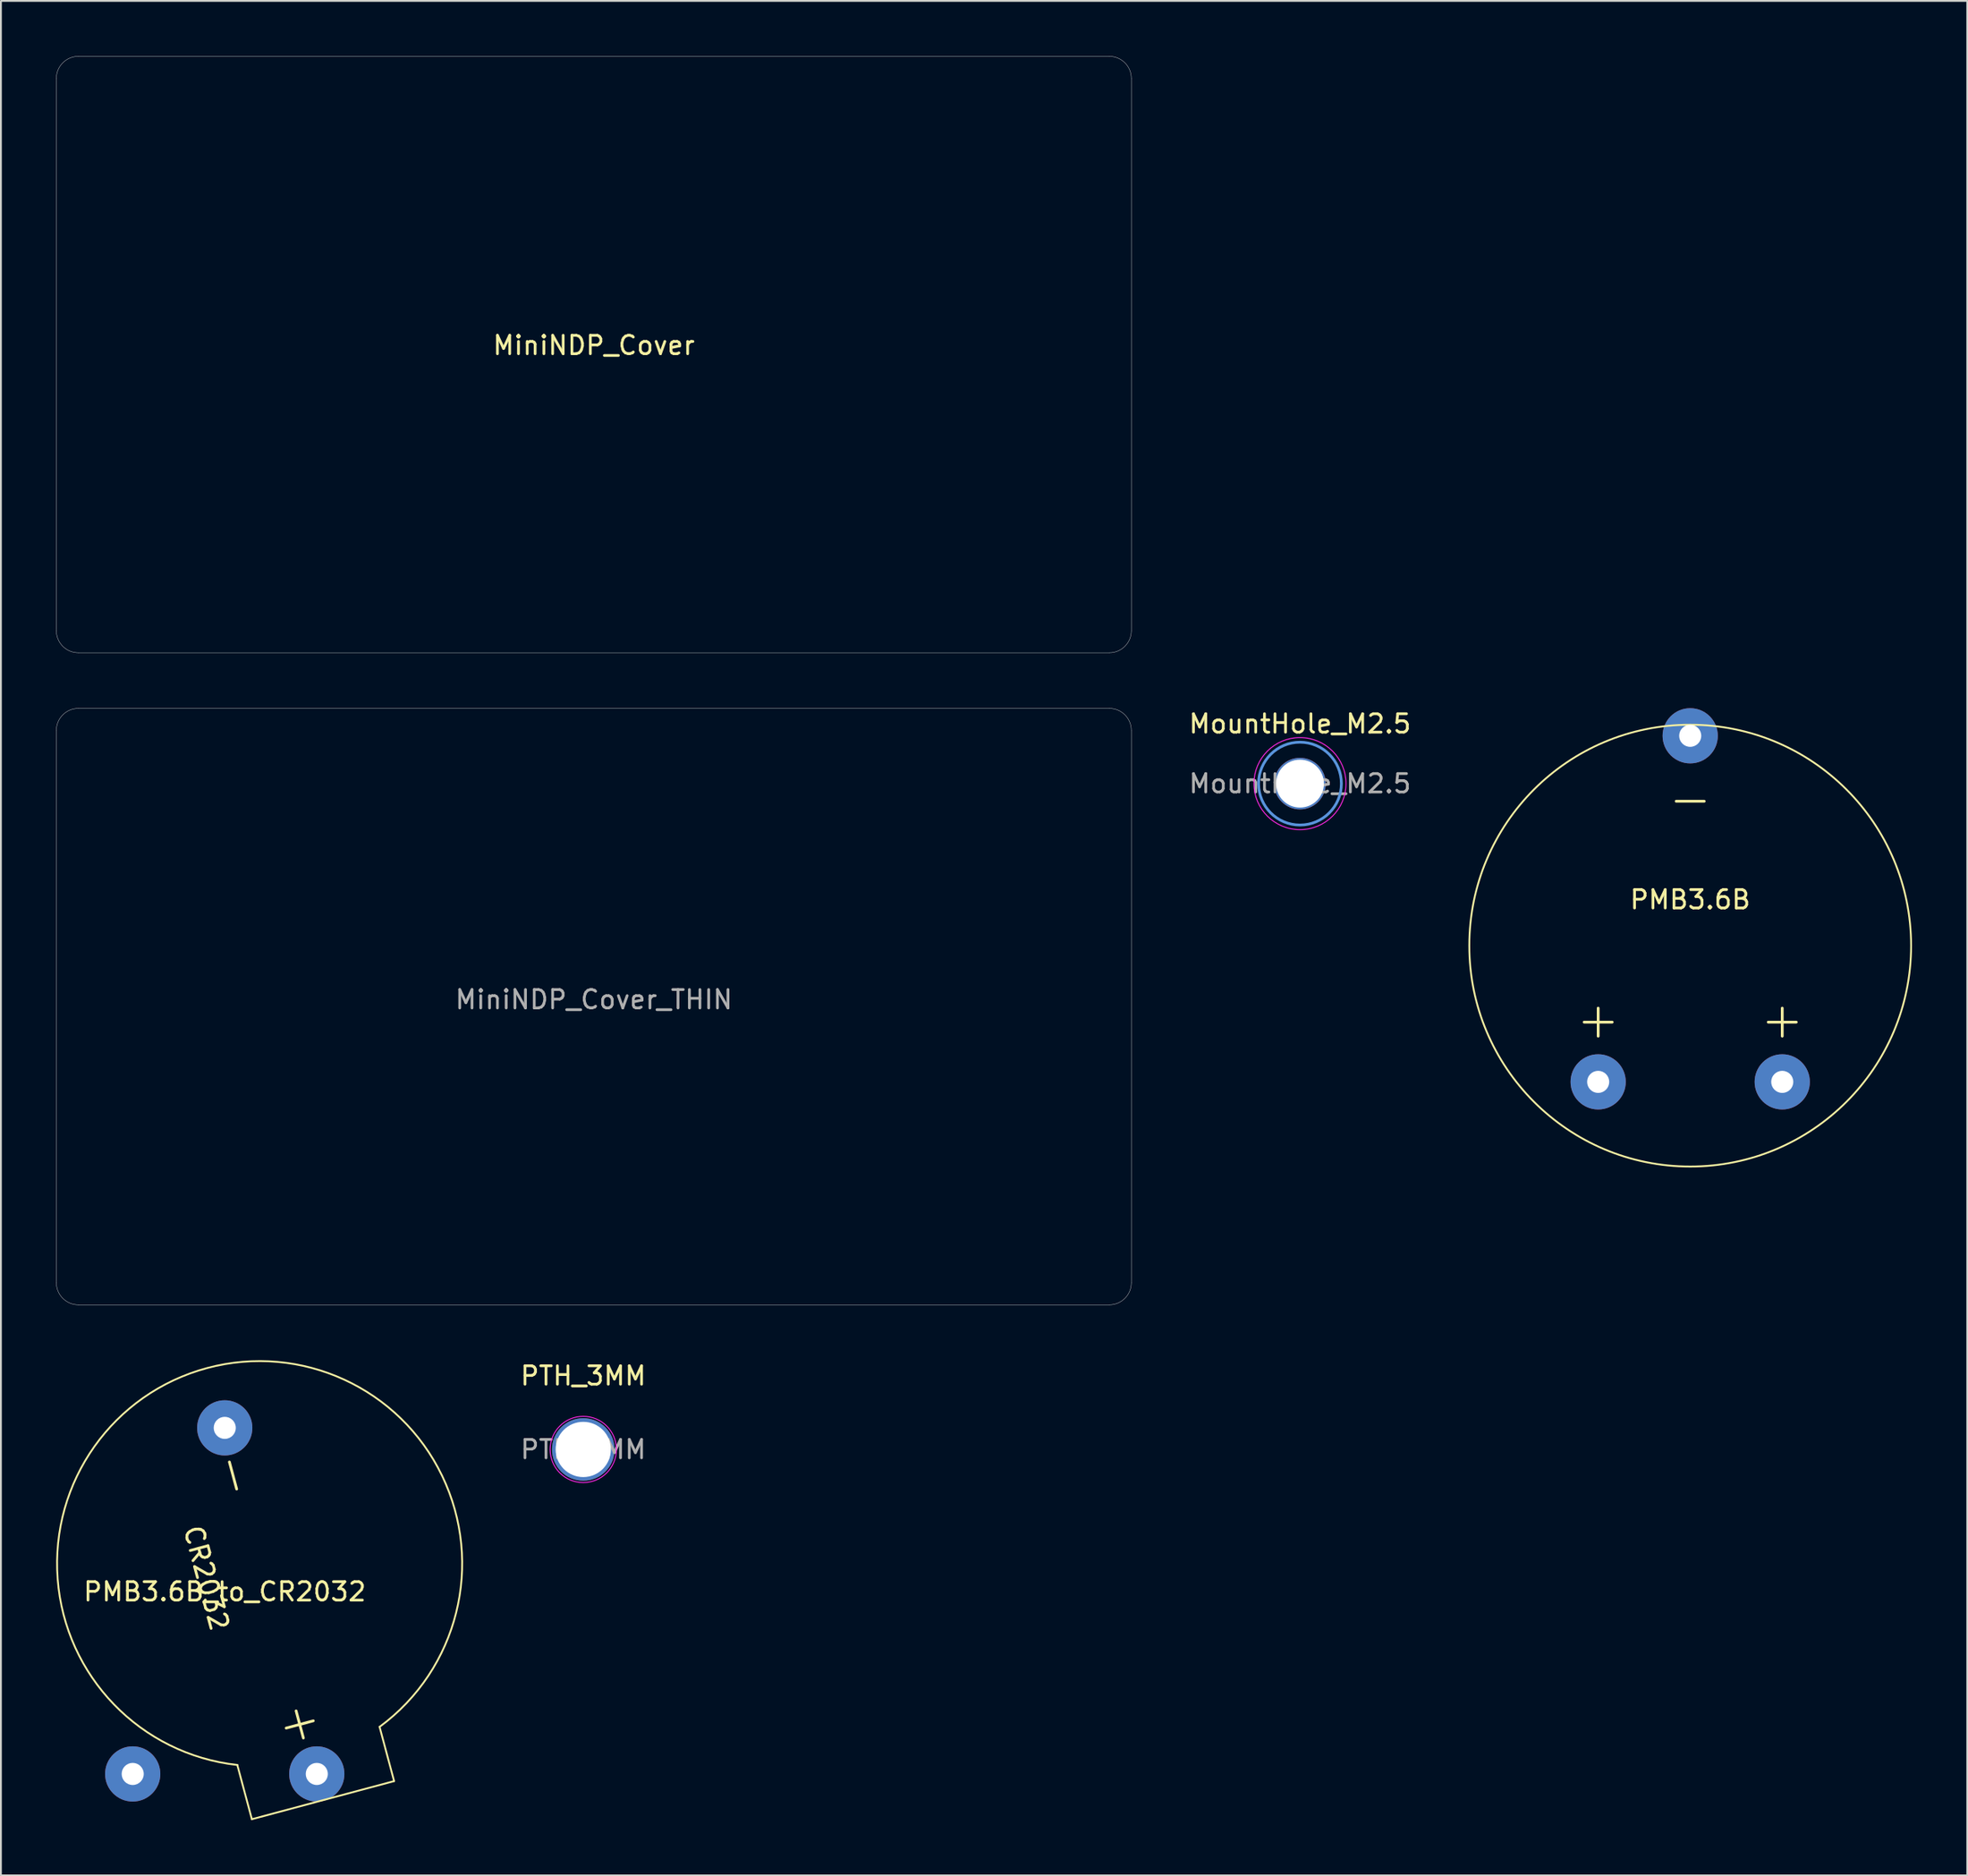
<source format=kicad_pcb>
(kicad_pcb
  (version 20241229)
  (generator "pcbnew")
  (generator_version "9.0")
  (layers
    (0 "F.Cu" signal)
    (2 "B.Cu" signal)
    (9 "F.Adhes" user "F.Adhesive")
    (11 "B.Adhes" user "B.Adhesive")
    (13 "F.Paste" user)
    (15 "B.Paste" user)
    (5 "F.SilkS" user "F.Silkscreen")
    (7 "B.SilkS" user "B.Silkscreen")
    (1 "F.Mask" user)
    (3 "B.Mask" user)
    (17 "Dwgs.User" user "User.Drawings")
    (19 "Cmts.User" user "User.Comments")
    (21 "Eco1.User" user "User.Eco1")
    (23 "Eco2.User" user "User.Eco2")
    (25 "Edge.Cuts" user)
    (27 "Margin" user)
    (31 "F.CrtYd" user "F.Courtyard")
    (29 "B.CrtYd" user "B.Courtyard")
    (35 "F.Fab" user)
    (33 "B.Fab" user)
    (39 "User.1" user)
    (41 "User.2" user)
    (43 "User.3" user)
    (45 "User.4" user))
  (footprint "PTH_3MM"
    (layer "F.Cu")
    (at 28.635 75.688)
    (property "Reference" "PTH_3MM" (at 0 -4 0) (layer "F.SilkS") (effects (font (size 1 1) (thickness 0.15))))
    (attr exclude_from_pos_files exclude_from_bom)
    (fp_circle (center 0 0) (end 1.8 0) (stroke (width 0.05) (type solid)) (fill no) (layer "F.CrtYd"))
    (fp_text user "${REFERENCE}" (at 0 0 0) (layer "F.Fab") (effects (font (size 1 1) (thickness 0.15))))
    (pad "1" thru_hole circle (at 0 0) (size 3.4 3.4) (drill 3) (layers "*.Cu" "*.Mask")))
  (footprint "MountHole_M2.5"
    (layer "F.Cu")
    (at 67.569 39.518)
    (property "Reference" "MountHole_M2.5" (at 0 -3.25 0) (layer "F.SilkS") (effects (font (size 1 1) (thickness 0.15))))
    (attr exclude_from_pos_files exclude_from_bom)
    (fp_circle (center 0 0) (end 2.25 0) (stroke (width 0.15) (type solid)) (fill no) (layer "Cmts.User"))
    (fp_circle (center 0 0) (end 2.5 0) (stroke (width 0.05) (type solid)) (fill no) (layer "F.CrtYd"))
    (fp_text user "${REFERENCE}" (at 0 0 0) (layer "F.Fab") (effects (font (size 1 1) (thickness 0.15))))
    (pad "" thru_hole circle (at 0 0) (size 2.8 2.8) (drill 2.6) (layers "*.Cu" "*.Mask")))
  (footprint "MiniNDP_Cover"
    (layer "F.Cu")
    (at 29.21 16.21)
    (property "Reference" "MiniNDP_Cover" (at 0 -0.5 0) (unlocked yes) (layer "F.SilkS") (effects (font (size 1 1) (thickness 0.15))))
    (attr board_only exclude_from_pos_files exclude_from_bom allow_missing_courtyard dnp)
    (fp_line (start -29.2 -15) (end -29.2 15) (stroke (width 0.02) (type default)) (layer "Dwgs.User"))
    (fp_line (start -28 -16.2) (end 28 -16.2) (stroke (width 0.02) (type default)) (layer "Dwgs.User"))
    (fp_line (start -28 16.2) (end 28 16.2) (stroke (width 0.02) (type default)) (layer "Dwgs.User"))
    (fp_line (start 29.2 -15) (end 29.2 15) (stroke (width 0.02) (type default)) (layer "Dwgs.User"))
    (fp_arc (start -29.2 -15) (mid -28.848528 -15.848528) (end -28 -16.2) (stroke (width 0.02) (type default)) (layer "Dwgs.User"))
    (fp_arc (start -28 16.2) (mid -28.848528 15.848528) (end -29.2 15) (stroke (width 0.02) (type default)) (layer "Dwgs.User"))
    (fp_arc (start 28 -16.2) (mid 28.848528 -15.848528) (end 29.2 -15) (stroke (width 0.02) (type default)) (layer "Dwgs.User"))
    (fp_arc (start 29.2 15) (mid 28.848528 15.848528) (end 28 16.2) (stroke (width 0.02) (type default)) (layer "Dwgs.User")))
  (footprint "PMB3.6B"
    (layer "F.Cu")
    (at 88.768 46.32)
    (property "Reference" "PMB3.6B" (at 0 -0.5 0) (unlocked yes) (layer "F.SilkS") (effects (font (size 1 1) (thickness 0.15))))
    (attr through_hole)
    (fp_circle (center 0 2) (end 0 -10) (stroke (width 0.1) (type default)) (fill no) (layer "F.SilkS"))
    (fp_text user "+" (at 5 6 0) (unlocked yes) (layer "F.SilkS") (effects (font (size 2 2) (thickness 0.15))))
    (fp_text user "+" (at -5 6 0) (unlocked yes) (layer "F.SilkS") (effects (font (size 2 2) (thickness 0.15))))
    (fp_text user "-" (at 0 -6 0) (unlocked yes) (layer "F.SilkS") (effects (font (size 2 2) (thickness 0.15))))
    (pad "1" thru_hole circle (at -5 9.4) (size 3 3) (drill 1.2) (layers "*.Cu" "*.Mask"))
    (pad "1" thru_hole circle (at 5 9.4) (size 3 3) (drill 1.2) (layers "*.Cu" "*.Mask"))
    (pad "2" thru_hole circle (at 0 -9.4) (size 3 3) (drill 1.2) (layers "*.Cu" "*.Mask"))
    (zone (net_name "") (layer "F.Cu") (hatch edge 0.5) (connect_pads) (min_thickness 0.25) (filled_areas_thickness no) (keepout (tracks allowed) (vias allowed) (pads allowed) (copperpour not_allowed) (footprints allowed)) (placement (enabled no)) (fill) (polygon (pts (xy 80.259 58.004) (xy 80.259 52.797) (xy 97.277 52.797) (xy 97.277 58.004)))))
  (footprint "MiniNDP_Cover_THIN"
    (layer "F.Cu")
    (at 29.21 51.63)
    (property "Reference" "MiniNDP_Cover_THIN" (at 0 -0.381 0) (unlocked yes) (layer "F.Fab") (effects (font (size 1 1) (thickness 0.15))))
    (attr board_only exclude_from_pos_files exclude_from_bom allow_missing_courtyard dnp)
    (fp_line (start -29.2 -15) (end -29.2 15) (stroke (width 0.02) (type default)) (layer "Dwgs.User"))
    (fp_line (start -28 -16.2) (end 28 -16.2) (stroke (width 0.02) (type default)) (layer "Dwgs.User"))
    (fp_line (start -28 16.2) (end 28 16.2) (stroke (width 0.02) (type default)) (layer "Dwgs.User"))
    (fp_line (start 29.2 -15) (end 29.2 15) (stroke (width 0.02) (type default)) (layer "Dwgs.User"))
    (fp_arc (start -29.2 -15) (mid -28.848528 -15.848528) (end -28 -16.2) (stroke (width 0.02) (type default)) (layer "Dwgs.User"))
    (fp_arc (start -28 16.2) (mid -28.848528 15.848528) (end -29.2 15) (stroke (width 0.02) (type default)) (layer "Dwgs.User"))
    (fp_arc (start 28 -16.2) (mid 28.848528 -15.848528) (end 29.2 -15) (stroke (width 0.02) (type default)) (layer "Dwgs.User"))
    (fp_arc (start 29.2 15) (mid 28.848528 15.848528) (end 28 16.2) (stroke (width 0.02) (type default)) (layer "Dwgs.User")))
  (footprint "PMB3.6B_to_CR2032"
    (layer "F.Cu")
    (at 9.159 83.915)
    (property "Reference" "PMB3.6B_to_CR2032" (at 0 -0.5 0) (unlocked yes) (layer "F.SilkS") (effects (font (size 1 1) (thickness 0.15))))
    (attr through_hole)
    (fp_line (start 1.473 11.859) (end 0.683 8.913) (stroke (width 0.1) (type default)) (layer "F.SilkS"))
    (fp_line (start 8.411 6.843) (end 9.2 9.789) (stroke (width 0.1) (type default)) (layer "F.SilkS"))
    (fp_line (start 9.2 9.789) (end 1.473 11.859) (stroke (width 0.1) (type default)) (layer "F.SilkS"))
    (fp_arc (start 0.683362 8.913421) (mid -0.953573 -12.650519) (end 8.410769 6.842869) (stroke (width 0.1) (type default)) (layer "F.SilkS"))
    (fp_text user "CR2032" (at -1.004 -1.246 285) (unlocked yes) (layer "F.SilkS") (effects (font (size 1 1) (thickness 0.15))))
    (fp_text user "+" (at 4.224 6.671 285) (unlocked yes) (layer "F.SilkS") (effects (font (size 2 2) (thickness 0.15))))
    (fp_text user "-" (at 0.6 -6.852 285) (unlocked yes) (layer "F.SilkS") (effects (font (size 2 2) (thickness 0.15))))
    (pad "1" thru_hole circle (at -5 9.4) (size 3 3) (drill 1.2) (layers "*.Cu" "*.Mask"))
    (pad "1" thru_hole circle (at 5 9.4) (size 3 3) (drill 1.2) (layers "*.Cu" "*.Mask"))
    (pad "2" thru_hole circle (at 0 -9.4) (size 3 3) (drill 1.2) (layers "*.Cu" "*.Mask")))
  (gr_rect
    (start -3 -3)
    (end 103.818 98.825)
    (stroke (width 0.1) (type default))
    (fill no)
    (layer "Edge.Cuts")))
</source>
